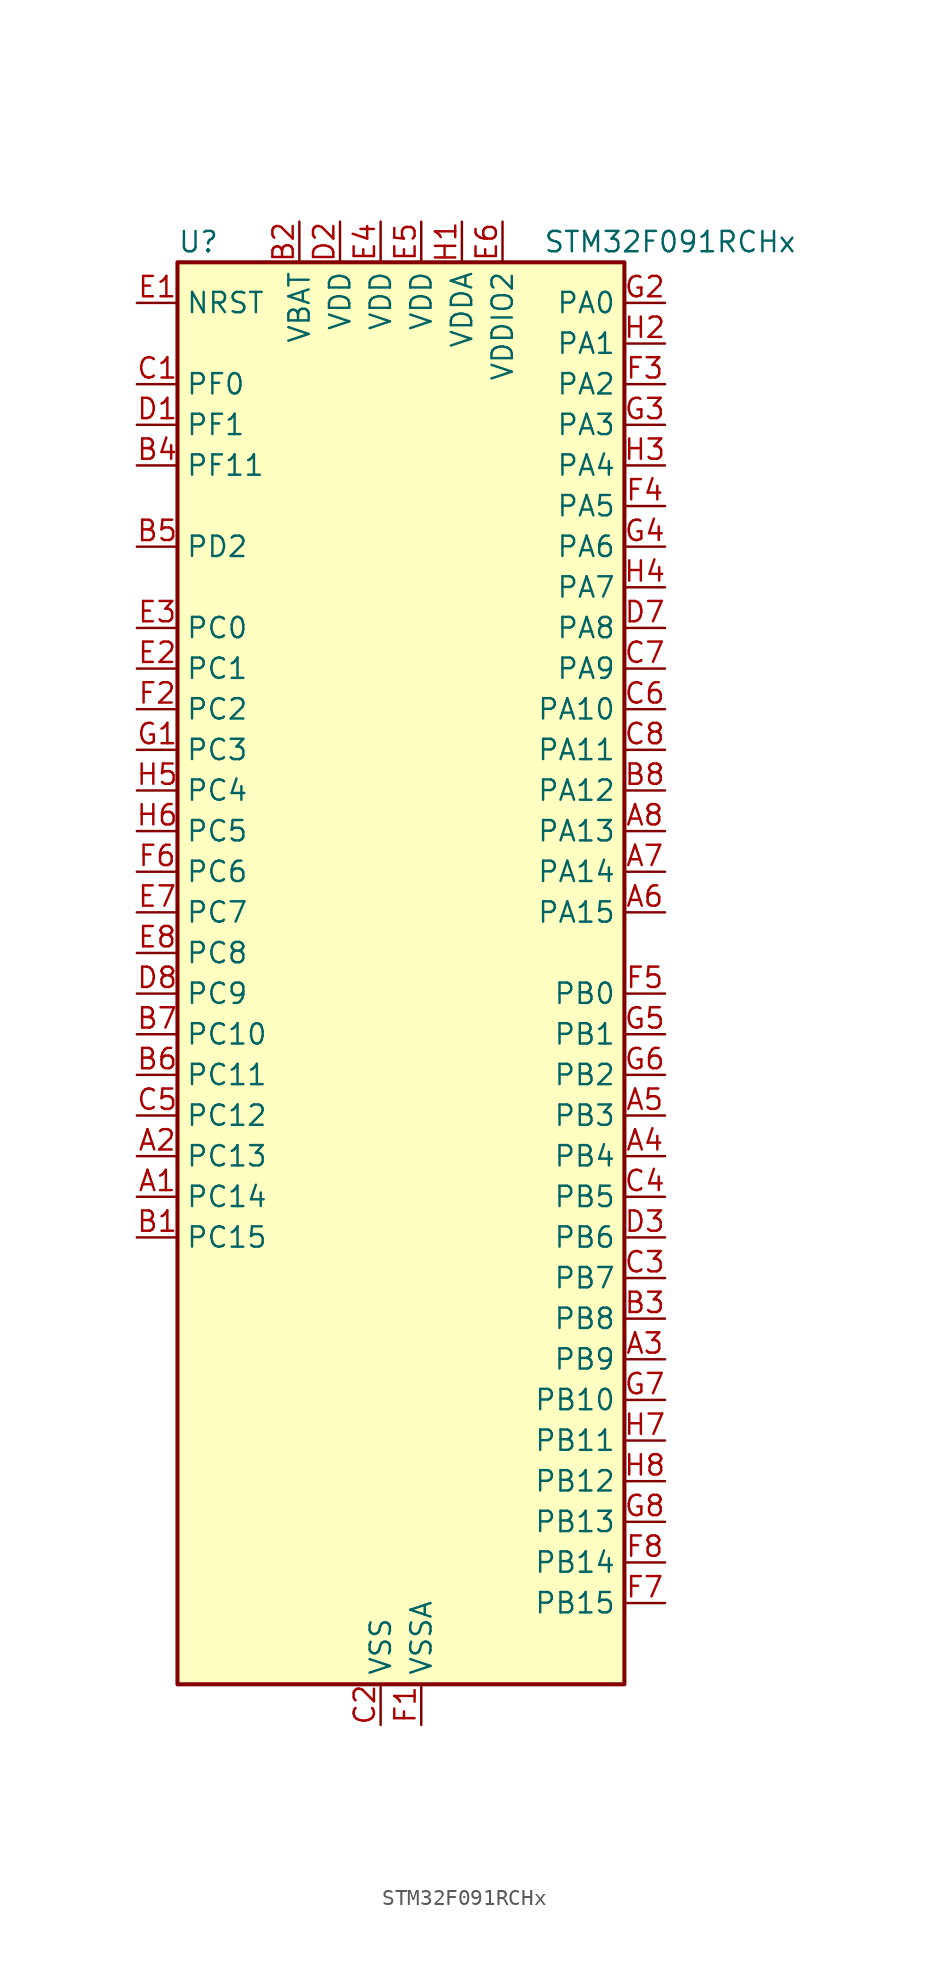
<source format=kicad_sym>
(kicad_symbol_lib
  (version 20220914)
  (generator kicad_symbol_editor)
  (symbol "STM32F091RCHx"
    (property "Reference" "U"
      (at -12.7 46.99 0)
      (effects (font (size 1.27 1.27)) (justify left)))
    (property "Value" "STM32F091RCHx"
      (at 10.16 46.99 0)
      (effects (font (size 1.27 1.27)) (justify left)))
    (property "ki_locked" ""
      (at 0 0 0)
      (effects (font (size 1.27 1.27))))
    (symbol "STM32F091RCHx_0_1"
      (rectangle (start -12.7 -43.18) (end 15.24 45.72) (stroke (width 0.254) (type default)) (fill (type background))))
    (symbol "STM32F091RCHx_1_1"
      (pin bidirectional line (at -15.24 -12.7 0) (length 2.54) (name "PC14" (effects (font (size 1.27 1.27)))) (number "A1" (effects (font (size 1.27 1.27)))) (alternate "RCC_OSC32_IN" bidirectional line))
      (pin bidirectional line (at -15.24 -10.16 0) (length 2.54) (name "PC13" (effects (font (size 1.27 1.27)))) (number "A2" (effects (font (size 1.27 1.27)))) (alternate "RTC_OUT_ALARM" bidirectional line) (alternate "RTC_OUT_CALIB" bidirectional line) (alternate "RTC_TAMP1" bidirectional line) (alternate "RTC_TS" bidirectional line) (alternate "SYS_WKUP2" bidirectional line))
      (pin bidirectional line (at 17.78 -22.86 180) (length 2.54) (name "PB9" (effects (font (size 1.27 1.27)))) (number "A3" (effects (font (size 1.27 1.27)))) (alternate "CAN_TX" bidirectional line) (alternate "DAC_EXTI9" bidirectional line) (alternate "I2C1_SDA" bidirectional line) (alternate "I2S2_WS" bidirectional line) (alternate "IR_OUT" bidirectional line) (alternate "SPI2_NSS" bidirectional line) (alternate "TIM17_CH1" bidirectional line))
      (pin bidirectional line (at 17.78 -10.16 180) (length 2.54) (name "PB4" (effects (font (size 1.27 1.27)))) (number "A4" (effects (font (size 1.27 1.27)))) (alternate "I2S1_MCK" bidirectional line) (alternate "SPI1_MISO" bidirectional line) (alternate "TIM17_BKIN" bidirectional line) (alternate "TIM3_CH1" bidirectional line) (alternate "TSC_G5_IO2" bidirectional line) (alternate "USART5_RX" bidirectional line))
      (pin bidirectional line (at 17.78 -7.62 180) (length 2.54) (name "PB3" (effects (font (size 1.27 1.27)))) (number "A5" (effects (font (size 1.27 1.27)))) (alternate "I2S1_CK" bidirectional line) (alternate "SPI1_SCK" bidirectional line) (alternate "TIM2_CH2" bidirectional line) (alternate "TSC_G5_IO1" bidirectional line) (alternate "USART5_TX" bidirectional line))
      (pin bidirectional line (at 17.78 5.08 180) (length 2.54) (name "PA15" (effects (font (size 1.27 1.27)))) (number "A6" (effects (font (size 1.27 1.27)))) (alternate "I2S1_WS" bidirectional line) (alternate "SPI1_NSS" bidirectional line) (alternate "TIM2_CH1" bidirectional line) (alternate "TIM2_ETR" bidirectional line) (alternate "USART2_RX" bidirectional line) (alternate "USART4_DE" bidirectional line) (alternate "USART4_RTS" bidirectional line))
      (pin bidirectional line (at 17.78 7.62 180) (length 2.54) (name "PA14" (effects (font (size 1.27 1.27)))) (number "A7" (effects (font (size 1.27 1.27)))) (alternate "SYS_SWCLK" bidirectional line) (alternate "USART2_TX" bidirectional line))
      (pin bidirectional line (at 17.78 10.16 180) (length 2.54) (name "PA13" (effects (font (size 1.27 1.27)))) (number "A8" (effects (font (size 1.27 1.27)))) (alternate "IR_OUT" bidirectional line) (alternate "SYS_SWDIO" bidirectional line))
      (pin bidirectional line (at -15.24 -15.24 0) (length 2.54) (name "PC15" (effects (font (size 1.27 1.27)))) (number "B1" (effects (font (size 1.27 1.27)))) (alternate "RCC_OSC32_OUT" bidirectional line))
      (pin power_in line (at -5.08 48.26 270) (length 2.54) (name "VBAT" (effects (font (size 1.27 1.27)))) (number "B2" (effects (font (size 1.27 1.27)))))
      (pin bidirectional line (at 17.78 -20.32 180) (length 2.54) (name "PB8" (effects (font (size 1.27 1.27)))) (number "B3" (effects (font (size 1.27 1.27)))) (alternate "CAN_RX" bidirectional line) (alternate "CEC" bidirectional line) (alternate "I2C1_SCL" bidirectional line) (alternate "TIM16_CH1" bidirectional line) (alternate "TSC_SYNC" bidirectional line))
      (pin bidirectional line (at -15.24 33.02 0) (length 2.54) (name "PF11" (effects (font (size 1.27 1.27)))) (number "B4" (effects (font (size 1.27 1.27)))))
      (pin bidirectional line (at -15.24 27.94 0) (length 2.54) (name "PD2" (effects (font (size 1.27 1.27)))) (number "B5" (effects (font (size 1.27 1.27)))) (alternate "TIM3_ETR" bidirectional line) (alternate "USART3_DE" bidirectional line) (alternate "USART3_RTS" bidirectional line) (alternate "USART5_RX" bidirectional line))
      (pin bidirectional line (at -15.24 -5.08 0) (length 2.54) (name "PC11" (effects (font (size 1.27 1.27)))) (number "B6" (effects (font (size 1.27 1.27)))) (alternate "USART3_RX" bidirectional line) (alternate "USART4_RX" bidirectional line))
      (pin bidirectional line (at -15.24 -2.54 0) (length 2.54) (name "PC10" (effects (font (size 1.27 1.27)))) (number "B7" (effects (font (size 1.27 1.27)))) (alternate "USART3_TX" bidirectional line) (alternate "USART4_TX" bidirectional line))
      (pin bidirectional line (at 17.78 12.7 180) (length 2.54) (name "PA12" (effects (font (size 1.27 1.27)))) (number "B8" (effects (font (size 1.27 1.27)))) (alternate "CAN_TX" bidirectional line) (alternate "COMP2_OUT" bidirectional line) (alternate "I2C2_SDA" bidirectional line) (alternate "TIM1_ETR" bidirectional line) (alternate "TSC_G4_IO4" bidirectional line) (alternate "USART1_DE" bidirectional line) (alternate "USART1_RTS" bidirectional line))
      (pin bidirectional line (at -15.24 38.1 0) (length 2.54) (name "PF0" (effects (font (size 1.27 1.27)))) (number "C1" (effects (font (size 1.27 1.27)))) (alternate "CRS_SYNC" bidirectional line) (alternate "I2C1_SDA" bidirectional line) (alternate "RCC_OSC_IN" bidirectional line))
      (pin power_in line (at 0 -45.72 90) (length 2.54) (name "VSS" (effects (font (size 1.27 1.27)))) (number "C2" (effects (font (size 1.27 1.27)))))
      (pin bidirectional line (at 17.78 -17.78 180) (length 2.54) (name "PB7" (effects (font (size 1.27 1.27)))) (number "C3" (effects (font (size 1.27 1.27)))) (alternate "I2C1_SDA" bidirectional line) (alternate "TIM17_CH1N" bidirectional line) (alternate "TSC_G5_IO4" bidirectional line) (alternate "USART1_RX" bidirectional line) (alternate "USART4_CTS" bidirectional line))
      (pin bidirectional line (at 17.78 -12.7 180) (length 2.54) (name "PB5" (effects (font (size 1.27 1.27)))) (number "C4" (effects (font (size 1.27 1.27)))) (alternate "I2C1_SMBA" bidirectional line) (alternate "I2S1_SD" bidirectional line) (alternate "SPI1_MOSI" bidirectional line) (alternate "SYS_WKUP6" bidirectional line) (alternate "TIM16_BKIN" bidirectional line) (alternate "TIM3_CH2" bidirectional line) (alternate "USART5_CK" bidirectional line) (alternate "USART5_DE" bidirectional line) (alternate "USART5_RTS" bidirectional line))
      (pin bidirectional line (at -15.24 -7.62 0) (length 2.54) (name "PC12" (effects (font (size 1.27 1.27)))) (number "C5" (effects (font (size 1.27 1.27)))) (alternate "USART3_CK" bidirectional line) (alternate "USART4_CK" bidirectional line) (alternate "USART5_TX" bidirectional line))
      (pin bidirectional line (at 17.78 17.78 180) (length 2.54) (name "PA10" (effects (font (size 1.27 1.27)))) (number "C6" (effects (font (size 1.27 1.27)))) (alternate "I2C1_SDA" bidirectional line) (alternate "TIM17_BKIN" bidirectional line) (alternate "TIM1_CH3" bidirectional line) (alternate "TSC_G4_IO2" bidirectional line) (alternate "USART1_RX" bidirectional line))
      (pin bidirectional line (at 17.78 20.32 180) (length 2.54) (name "PA9" (effects (font (size 1.27 1.27)))) (number "C7" (effects (font (size 1.27 1.27)))) (alternate "DAC_EXTI9" bidirectional line) (alternate "I2C1_SCL" bidirectional line) (alternate "RCC_MCO" bidirectional line) (alternate "TIM15_BKIN" bidirectional line) (alternate "TIM1_CH2" bidirectional line) (alternate "TSC_G4_IO1" bidirectional line) (alternate "USART1_TX" bidirectional line))
      (pin bidirectional line (at 17.78 15.24 180) (length 2.54) (name "PA11" (effects (font (size 1.27 1.27)))) (number "C8" (effects (font (size 1.27 1.27)))) (alternate "CAN_RX" bidirectional line) (alternate "COMP1_OUT" bidirectional line) (alternate "I2C2_SCL" bidirectional line) (alternate "TIM1_CH4" bidirectional line) (alternate "TSC_G4_IO3" bidirectional line) (alternate "USART1_CTS" bidirectional line))
      (pin bidirectional line (at -15.24 35.56 0) (length 2.54) (name "PF1" (effects (font (size 1.27 1.27)))) (number "D1" (effects (font (size 1.27 1.27)))) (alternate "I2C1_SCL" bidirectional line) (alternate "RCC_OSC_OUT" bidirectional line))
      (pin power_in line (at -2.54 48.26 270) (length 2.54) (name "VDD" (effects (font (size 1.27 1.27)))) (number "D2" (effects (font (size 1.27 1.27)))))
      (pin bidirectional line (at 17.78 -15.24 180) (length 2.54) (name "PB6" (effects (font (size 1.27 1.27)))) (number "D3" (effects (font (size 1.27 1.27)))) (alternate "I2C1_SCL" bidirectional line) (alternate "TIM16_CH1N" bidirectional line) (alternate "TSC_G5_IO3" bidirectional line) (alternate "USART1_TX" bidirectional line))
      (pin passive line (at 0 -45.72 90) (length 2.54) hide (name "VSS" (effects (font (size 1.27 1.27)))) (number "D4" (effects (font (size 1.27 1.27)))))
      (pin passive line (at 0 -45.72 90) (length 2.54) hide (name "VSS" (effects (font (size 1.27 1.27)))) (number "D5" (effects (font (size 1.27 1.27)))))
      (pin passive line (at 0 -45.72 90) (length 2.54) hide (name "VSS" (effects (font (size 1.27 1.27)))) (number "D6" (effects (font (size 1.27 1.27)))))
      (pin bidirectional line (at 17.78 22.86 180) (length 2.54) (name "PA8" (effects (font (size 1.27 1.27)))) (number "D7" (effects (font (size 1.27 1.27)))) (alternate "CRS_SYNC" bidirectional line) (alternate "RCC_MCO" bidirectional line) (alternate "TIM1_CH1" bidirectional line) (alternate "USART1_CK" bidirectional line))
      (pin bidirectional line (at -15.24 0 0) (length 2.54) (name "PC9" (effects (font (size 1.27 1.27)))) (number "D8" (effects (font (size 1.27 1.27)))) (alternate "DAC_EXTI9" bidirectional line) (alternate "TIM3_CH4" bidirectional line) (alternate "USART8_RX" bidirectional line))
      (pin input line (at -15.24 43.18 0) (length 2.54) (name "NRST" (effects (font (size 1.27 1.27)))) (number "E1" (effects (font (size 1.27 1.27)))))
      (pin bidirectional line (at -15.24 20.32 0) (length 2.54) (name "PC1" (effects (font (size 1.27 1.27)))) (number "E2" (effects (font (size 1.27 1.27)))) (alternate "ADC_IN11" bidirectional line) (alternate "USART6_RX" bidirectional line) (alternate "USART7_RX" bidirectional line))
      (pin bidirectional line (at -15.24 22.86 0) (length 2.54) (name "PC0" (effects (font (size 1.27 1.27)))) (number "E3" (effects (font (size 1.27 1.27)))) (alternate "ADC_IN10" bidirectional line) (alternate "USART6_TX" bidirectional line) (alternate "USART7_TX" bidirectional line))
      (pin power_in line (at 0 48.26 270) (length 2.54) (name "VDD" (effects (font (size 1.27 1.27)))) (number "E4" (effects (font (size 1.27 1.27)))))
      (pin power_in line (at 2.54 48.26 270) (length 2.54) (name "VDD" (effects (font (size 1.27 1.27)))) (number "E5" (effects (font (size 1.27 1.27)))))
      (pin power_in line (at 7.62 48.26 270) (length 2.54) (name "VDDIO2" (effects (font (size 1.27 1.27)))) (number "E6" (effects (font (size 1.27 1.27)))))
      (pin bidirectional line (at -15.24 5.08 0) (length 2.54) (name "PC7" (effects (font (size 1.27 1.27)))) (number "E7" (effects (font (size 1.27 1.27)))) (alternate "TIM3_CH2" bidirectional line) (alternate "USART7_RX" bidirectional line))
      (pin bidirectional line (at -15.24 2.54 0) (length 2.54) (name "PC8" (effects (font (size 1.27 1.27)))) (number "E8" (effects (font (size 1.27 1.27)))) (alternate "TIM3_CH3" bidirectional line) (alternate "USART8_TX" bidirectional line))
      (pin power_in line (at 2.54 -45.72 90) (length 2.54) (name "VSSA" (effects (font (size 1.27 1.27)))) (number "F1" (effects (font (size 1.27 1.27)))))
      (pin bidirectional line (at -15.24 17.78 0) (length 2.54) (name "PC2" (effects (font (size 1.27 1.27)))) (number "F2" (effects (font (size 1.27 1.27)))) (alternate "ADC_IN12" bidirectional line) (alternate "I2S2_MCK" bidirectional line) (alternate "SPI2_MISO" bidirectional line) (alternate "USART8_TX" bidirectional line))
      (pin bidirectional line (at 17.78 38.1 180) (length 2.54) (name "PA2" (effects (font (size 1.27 1.27)))) (number "F3" (effects (font (size 1.27 1.27)))) (alternate "ADC_IN2" bidirectional line) (alternate "COMP2_INM" bidirectional line) (alternate "COMP2_OUT" bidirectional line) (alternate "SYS_WKUP4" bidirectional line) (alternate "TIM15_CH1" bidirectional line) (alternate "TIM2_CH3" bidirectional line) (alternate "TSC_G1_IO3" bidirectional line) (alternate "USART2_TX" bidirectional line))
      (pin bidirectional line (at 17.78 30.48 180) (length 2.54) (name "PA5" (effects (font (size 1.27 1.27)))) (number "F4" (effects (font (size 1.27 1.27)))) (alternate "ADC_IN5" bidirectional line) (alternate "CEC" bidirectional line) (alternate "COMP1_INM" bidirectional line) (alternate "COMP2_INM" bidirectional line) (alternate "DAC_OUT2" bidirectional line) (alternate "I2S1_CK" bidirectional line) (alternate "SPI1_SCK" bidirectional line) (alternate "TIM2_CH1" bidirectional line) (alternate "TIM2_ETR" bidirectional line) (alternate "TSC_G2_IO2" bidirectional line) (alternate "USART6_RX" bidirectional line))
      (pin bidirectional line (at 17.78 0 180) (length 2.54) (name "PB0" (effects (font (size 1.27 1.27)))) (number "F5" (effects (font (size 1.27 1.27)))) (alternate "ADC_IN8" bidirectional line) (alternate "TIM1_CH2N" bidirectional line) (alternate "TIM3_CH3" bidirectional line) (alternate "TSC_G3_IO2" bidirectional line) (alternate "USART3_CK" bidirectional line))
      (pin bidirectional line (at -15.24 7.62 0) (length 2.54) (name "PC6" (effects (font (size 1.27 1.27)))) (number "F6" (effects (font (size 1.27 1.27)))) (alternate "TIM3_CH1" bidirectional line) (alternate "USART7_TX" bidirectional line))
      (pin bidirectional line (at 17.78 -38.1 180) (length 2.54) (name "PB15" (effects (font (size 1.27 1.27)))) (number "F7" (effects (font (size 1.27 1.27)))) (alternate "I2S2_SD" bidirectional line) (alternate "RTC_REFIN" bidirectional line) (alternate "SPI2_MOSI" bidirectional line) (alternate "SYS_WKUP7" bidirectional line) (alternate "TIM15_CH1N" bidirectional line) (alternate "TIM15_CH2" bidirectional line) (alternate "TIM1_CH3N" bidirectional line))
      (pin bidirectional line (at 17.78 -35.56 180) (length 2.54) (name "PB14" (effects (font (size 1.27 1.27)))) (number "F8" (effects (font (size 1.27 1.27)))) (alternate "I2C2_SDA" bidirectional line) (alternate "I2S2_MCK" bidirectional line) (alternate "SPI2_MISO" bidirectional line) (alternate "TIM15_CH1" bidirectional line) (alternate "TIM1_CH2N" bidirectional line) (alternate "TSC_G6_IO4" bidirectional line) (alternate "USART3_DE" bidirectional line) (alternate "USART3_RTS" bidirectional line))
      (pin bidirectional line (at -15.24 15.24 0) (length 2.54) (name "PC3" (effects (font (size 1.27 1.27)))) (number "G1" (effects (font (size 1.27 1.27)))) (alternate "ADC_IN13" bidirectional line) (alternate "I2S2_SD" bidirectional line) (alternate "SPI2_MOSI" bidirectional line) (alternate "USART8_RX" bidirectional line))
      (pin bidirectional line (at 17.78 43.18 180) (length 2.54) (name "PA0" (effects (font (size 1.27 1.27)))) (number "G2" (effects (font (size 1.27 1.27)))) (alternate "ADC_IN0" bidirectional line) (alternate "COMP1_INM" bidirectional line) (alternate "COMP1_OUT" bidirectional line) (alternate "RTC_TAMP2" bidirectional line) (alternate "SYS_WKUP1" bidirectional line) (alternate "TIM2_CH1" bidirectional line) (alternate "TIM2_ETR" bidirectional line) (alternate "TSC_G1_IO1" bidirectional line) (alternate "USART2_CTS" bidirectional line) (alternate "USART4_TX" bidirectional line))
      (pin bidirectional line (at 17.78 35.56 180) (length 2.54) (name "PA3" (effects (font (size 1.27 1.27)))) (number "G3" (effects (font (size 1.27 1.27)))) (alternate "ADC_IN3" bidirectional line) (alternate "COMP2_INP" bidirectional line) (alternate "TIM15_CH2" bidirectional line) (alternate "TIM2_CH4" bidirectional line) (alternate "TSC_G1_IO4" bidirectional line) (alternate "USART2_RX" bidirectional line))
      (pin bidirectional line (at 17.78 27.94 180) (length 2.54) (name "PA6" (effects (font (size 1.27 1.27)))) (number "G4" (effects (font (size 1.27 1.27)))) (alternate "ADC_IN6" bidirectional line) (alternate "COMP1_OUT" bidirectional line) (alternate "I2S1_MCK" bidirectional line) (alternate "SPI1_MISO" bidirectional line) (alternate "TIM16_CH1" bidirectional line) (alternate "TIM1_BKIN" bidirectional line) (alternate "TIM3_CH1" bidirectional line) (alternate "TSC_G2_IO3" bidirectional line) (alternate "USART3_CTS" bidirectional line))
      (pin bidirectional line (at 17.78 -2.54 180) (length 2.54) (name "PB1" (effects (font (size 1.27 1.27)))) (number "G5" (effects (font (size 1.27 1.27)))) (alternate "ADC_IN9" bidirectional line) (alternate "TIM14_CH1" bidirectional line) (alternate "TIM1_CH3N" bidirectional line) (alternate "TIM3_CH4" bidirectional line) (alternate "TSC_G3_IO3" bidirectional line) (alternate "USART3_DE" bidirectional line) (alternate "USART3_RTS" bidirectional line))
      (pin bidirectional line (at 17.78 -5.08 180) (length 2.54) (name "PB2" (effects (font (size 1.27 1.27)))) (number "G6" (effects (font (size 1.27 1.27)))) (alternate "TSC_G3_IO4" bidirectional line))
      (pin bidirectional line (at 17.78 -25.4 180) (length 2.54) (name "PB10" (effects (font (size 1.27 1.27)))) (number "G7" (effects (font (size 1.27 1.27)))) (alternate "CEC" bidirectional line) (alternate "I2C2_SCL" bidirectional line) (alternate "I2S2_CK" bidirectional line) (alternate "SPI2_SCK" bidirectional line) (alternate "TIM2_CH3" bidirectional line) (alternate "TSC_SYNC" bidirectional line) (alternate "USART3_TX" bidirectional line))
      (pin bidirectional line (at 17.78 -33.02 180) (length 2.54) (name "PB13" (effects (font (size 1.27 1.27)))) (number "G8" (effects (font (size 1.27 1.27)))) (alternate "I2C2_SCL" bidirectional line) (alternate "I2S2_CK" bidirectional line) (alternate "SPI2_SCK" bidirectional line) (alternate "TIM1_CH1N" bidirectional line) (alternate "TSC_G6_IO3" bidirectional line) (alternate "USART3_CTS" bidirectional line))
      (pin power_in line (at 5.08 48.26 270) (length 2.54) (name "VDDA" (effects (font (size 1.27 1.27)))) (number "H1" (effects (font (size 1.27 1.27)))))
      (pin bidirectional line (at 17.78 40.64 180) (length 2.54) (name "PA1" (effects (font (size 1.27 1.27)))) (number "H2" (effects (font (size 1.27 1.27)))) (alternate "ADC_IN1" bidirectional line) (alternate "COMP1_INP" bidirectional line) (alternate "TIM15_CH1N" bidirectional line) (alternate "TIM2_CH2" bidirectional line) (alternate "TSC_G1_IO2" bidirectional line) (alternate "USART2_DE" bidirectional line) (alternate "USART2_RTS" bidirectional line) (alternate "USART4_RX" bidirectional line))
      (pin bidirectional line (at 17.78 33.02 180) (length 2.54) (name "PA4" (effects (font (size 1.27 1.27)))) (number "H3" (effects (font (size 1.27 1.27)))) (alternate "ADC_IN4" bidirectional line) (alternate "COMP1_INM" bidirectional line) (alternate "COMP2_INM" bidirectional line) (alternate "DAC_OUT1" bidirectional line) (alternate "I2S1_WS" bidirectional line) (alternate "SPI1_NSS" bidirectional line) (alternate "TIM14_CH1" bidirectional line) (alternate "TSC_G2_IO1" bidirectional line) (alternate "USART2_CK" bidirectional line) (alternate "USART6_TX" bidirectional line))
      (pin bidirectional line (at 17.78 25.4 180) (length 2.54) (name "PA7" (effects (font (size 1.27 1.27)))) (number "H4" (effects (font (size 1.27 1.27)))) (alternate "ADC_IN7" bidirectional line) (alternate "COMP2_OUT" bidirectional line) (alternate "I2S1_SD" bidirectional line) (alternate "SPI1_MOSI" bidirectional line) (alternate "TIM14_CH1" bidirectional line) (alternate "TIM17_CH1" bidirectional line) (alternate "TIM1_CH1N" bidirectional line) (alternate "TIM3_CH2" bidirectional line) (alternate "TSC_G2_IO4" bidirectional line))
      (pin bidirectional line (at -15.24 12.7 0) (length 2.54) (name "PC4" (effects (font (size 1.27 1.27)))) (number "H5" (effects (font (size 1.27 1.27)))) (alternate "ADC_IN14" bidirectional line) (alternate "USART3_TX" bidirectional line))
      (pin bidirectional line (at -15.24 10.16 0) (length 2.54) (name "PC5" (effects (font (size 1.27 1.27)))) (number "H6" (effects (font (size 1.27 1.27)))) (alternate "ADC_IN15" bidirectional line) (alternate "SYS_WKUP5" bidirectional line) (alternate "TSC_G3_IO1" bidirectional line) (alternate "USART3_RX" bidirectional line))
      (pin bidirectional line (at 17.78 -27.94 180) (length 2.54) (name "PB11" (effects (font (size 1.27 1.27)))) (number "H7" (effects (font (size 1.27 1.27)))) (alternate "I2C2_SDA" bidirectional line) (alternate "TIM2_CH4" bidirectional line) (alternate "TSC_G6_IO1" bidirectional line) (alternate "USART3_RX" bidirectional line))
      (pin bidirectional line (at 17.78 -30.48 180) (length 2.54) (name "PB12" (effects (font (size 1.27 1.27)))) (number "H8" (effects (font (size 1.27 1.27)))) (alternate "I2S2_WS" bidirectional line) (alternate "SPI2_NSS" bidirectional line) (alternate "TIM15_BKIN" bidirectional line) (alternate "TIM1_BKIN" bidirectional line) (alternate "TSC_G6_IO2" bidirectional line) (alternate "USART3_CK" bidirectional line)))))
</source>
